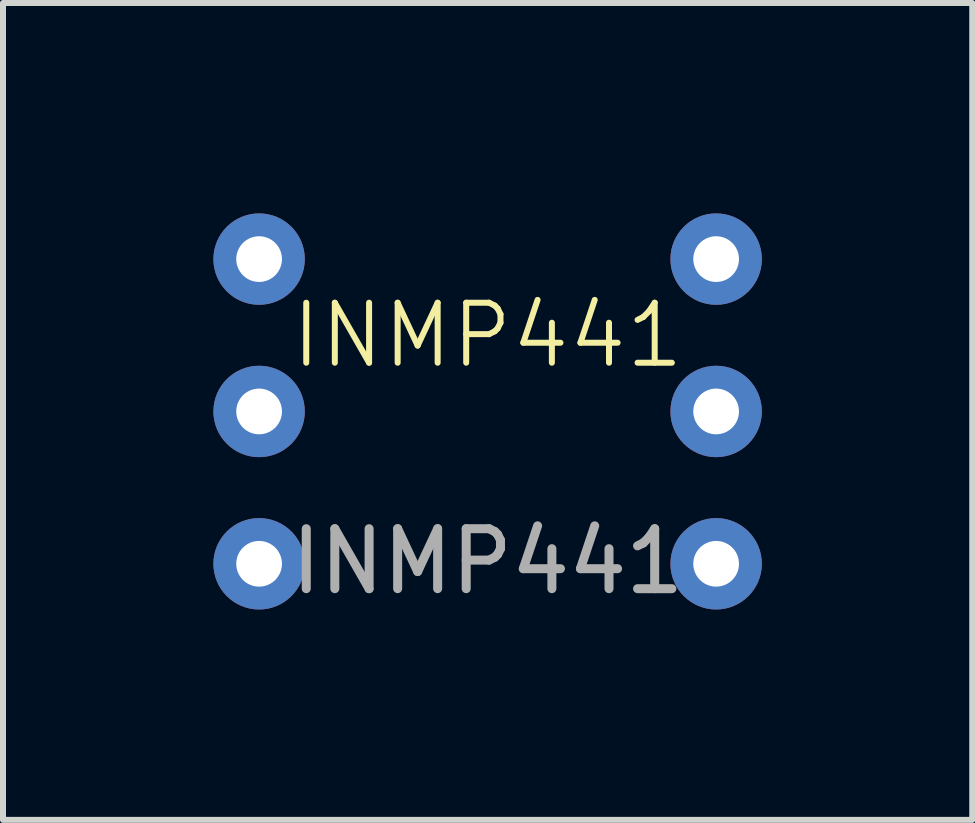
<source format=kicad_pcb>
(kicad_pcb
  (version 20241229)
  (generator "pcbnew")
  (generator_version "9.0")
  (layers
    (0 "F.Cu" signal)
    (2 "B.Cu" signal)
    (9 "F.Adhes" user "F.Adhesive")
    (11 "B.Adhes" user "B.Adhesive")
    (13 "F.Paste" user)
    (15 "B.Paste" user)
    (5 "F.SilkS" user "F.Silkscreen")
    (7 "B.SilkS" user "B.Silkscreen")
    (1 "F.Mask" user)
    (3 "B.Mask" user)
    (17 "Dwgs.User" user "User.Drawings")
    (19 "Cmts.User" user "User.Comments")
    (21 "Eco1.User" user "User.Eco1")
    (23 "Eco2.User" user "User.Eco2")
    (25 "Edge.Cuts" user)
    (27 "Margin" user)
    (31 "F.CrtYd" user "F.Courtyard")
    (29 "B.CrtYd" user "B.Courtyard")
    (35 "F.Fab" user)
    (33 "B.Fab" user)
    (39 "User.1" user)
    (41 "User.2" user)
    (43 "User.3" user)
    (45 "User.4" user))
  (footprint "INMP441"
    (layer "F.Cu")
    (at 5.08 3.81)
    (property "Reference" "INMP441" (at 0 -1.27 0) (unlocked yes) (layer "F.SilkS") (effects (font (size 1 1) (thickness 0.1))))
    (attr through_hole)
    (fp_text user "${REFERENCE}" (at 0 2.5 0) (unlocked yes) (layer "F.Fab") (effects (font (size 1 1) (thickness 0.15))))
    (pad "1" thru_hole circle (at -3.81 -2.54) (size 1.524 1.524) (drill 0.762) (layers "*.Cu" "*.Mask"))
    (pad "2" thru_hole circle (at -3.81 2.54) (size 1.524 1.524) (drill 0.762) (layers "*.Cu" "*.Mask"))
    (pad "3" thru_hole circle (at 3.81 2.54) (size 1.524 1.524) (drill 0.762) (layers "*.Cu" "*.Mask"))
    (pad "4" thru_hole circle (at -3.81 0) (size 1.524 1.524) (drill 0.762) (layers "*.Cu" "*.Mask"))
    (pad "5" thru_hole circle (at 3.81 -2.54) (size 1.524 1.524) (drill 0.762) (layers "*.Cu" "*.Mask"))
    (pad "6" thru_hole circle (at 3.81 0) (size 1.524 1.524) (drill 0.762) (layers "*.Cu" "*.Mask"))
    (zone (net_name "") (layer "F.SilkS") (hatch edge 0.5) (connect_pads) (min_thickness 0.25) (filled_areas_thickness no) (keepout (tracks not_allowed) (vias not_allowed) (pads not_allowed) (copperpour allowed) (footprints allowed)) (placement (enabled no)) (fill) (polygon (pts (xy 0 7.62) (xy 0 0) (xy 10.16 0) (xy 10.16 7.62)))))
  (gr_rect
    (start -3 -3)
    (end 13.16 10.62)
    (stroke (width 0.1) (type default))
    (fill no)
    (layer "Edge.Cuts")))
</source>
